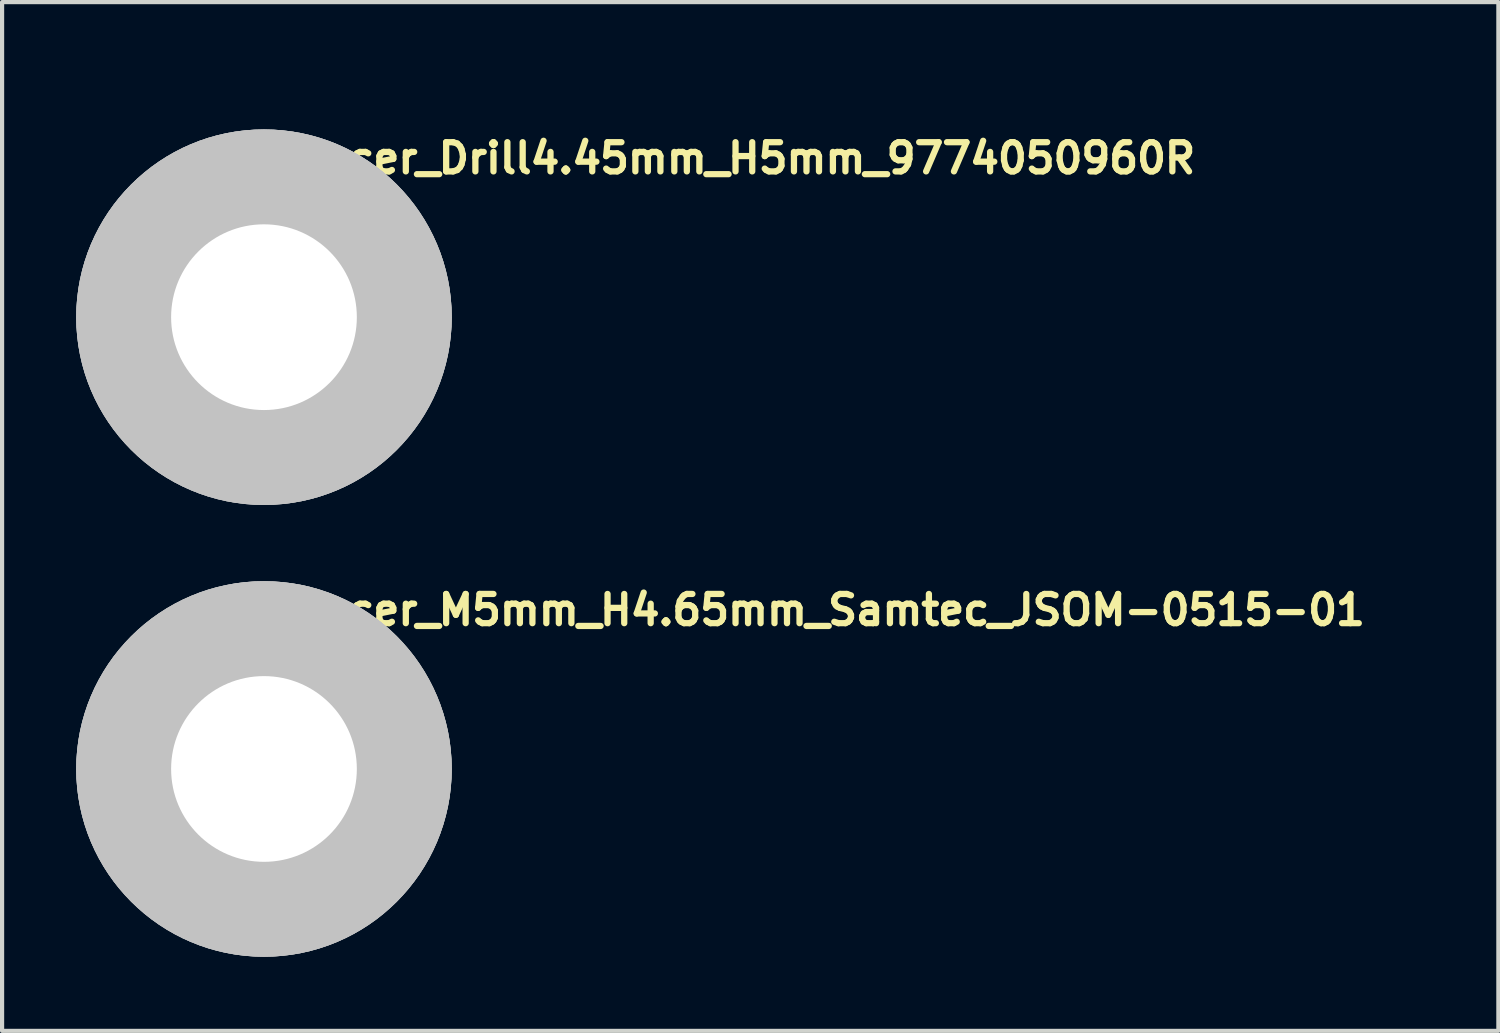
<source format=kicad_pcb>
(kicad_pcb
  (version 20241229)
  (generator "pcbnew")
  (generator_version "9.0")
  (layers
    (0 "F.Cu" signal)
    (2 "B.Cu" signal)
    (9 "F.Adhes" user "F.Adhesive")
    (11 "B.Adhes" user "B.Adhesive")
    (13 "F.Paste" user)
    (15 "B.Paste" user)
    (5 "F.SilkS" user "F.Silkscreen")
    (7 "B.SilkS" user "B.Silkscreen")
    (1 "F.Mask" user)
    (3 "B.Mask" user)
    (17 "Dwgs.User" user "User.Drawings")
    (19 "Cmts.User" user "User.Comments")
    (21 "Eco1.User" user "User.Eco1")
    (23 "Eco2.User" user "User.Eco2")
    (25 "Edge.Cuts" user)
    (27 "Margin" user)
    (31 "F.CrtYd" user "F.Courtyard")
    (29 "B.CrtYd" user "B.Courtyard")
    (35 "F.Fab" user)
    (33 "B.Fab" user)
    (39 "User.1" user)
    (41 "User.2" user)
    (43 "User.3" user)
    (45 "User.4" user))
  (footprint "Spacer_M5mm_H4.65mm_Samtec_JSOM-0515-01"
    (layer "F.Cu")
    (at 3.275 15.375)
    (property "Reference" "Spacer_M5mm_H4.65mm_Samtec_JSOM-0515-01" (at 0 -3.4 0) (layer "F.SilkS") (effects (font (size 0.7 0.7) (thickness 0.15)) (justify left bottom)))
    (attr through_hole)
    (fp_circle (center 0 0) (end 1.499 0) (stroke (width 3) (type solid)) (fill no) (layer "Dwgs.User"))
    (fp_circle (center 0 0) (end 1.499 0) (stroke (width 3) (type solid)) (fill no) (layer "Dwgs.User"))
    (fp_circle (center 0 0) (end 1.499 0) (stroke (width 3) (type solid)) (fill no) (layer "Dwgs.User"))
    (fp_circle (center 0 0) (end 2.99 0) (stroke (width 0.05) (type solid)) (fill no) (layer "F.CrtYd"))
    (fp_circle (center 0 0) (end 3.25 0) (stroke (width 0.05) (type solid)) (fill no) (layer "F.CrtYd"))
    (fp_circle (center 0 0) (end 2.564 0) (stroke (width 0.15) (type solid)) (fill no) (layer "F.Fab"))
    (fp_rect (start -2.589 -2.991) (end 2.588 2.988) (stroke (width 0.1) (type solid)) (fill no) (layer "User.5"))
    (fp_line (start -2.589 -1.496) (end -2.589 -0.745) (stroke (width 0.02) (type solid)) (layer "User.9"))
    (fp_line (start -2.589 -1.496) (end 0 -2.991) (stroke (width 0.02) (type solid)) (layer "User.9"))
    (fp_line (start -2.589 -0.745) (end -2.589 -0.695) (stroke (width 0.02) (type solid)) (layer "User.9"))
    (fp_line (start -2.589 -0.695) (end -2.589 -0.067) (stroke (width 0.02) (type solid)) (layer "User.9"))
    (fp_line (start -2.589 -0.067) (end -2.589 0) (stroke (width 0.02) (type solid)) (layer "User.9"))
    (fp_line (start -2.589 0) (end -2.589 0.637) (stroke (width 0.02) (type solid)) (layer "User.9"))
    (fp_line (start -2.589 0.637) (end -2.589 0.693) (stroke (width 0.02) (type solid)) (layer "User.9"))
    (fp_line (start -2.589 0.693) (end -2.589 1.491) (stroke (width 0.02) (type solid)) (layer "User.9"))
    (fp_line (start -2.589 1.491) (end -2.589 1.493) (stroke (width 0.02) (type solid)) (layer "User.9"))
    (fp_line (start -2.589 1.493) (end -2.589 -1.496) (stroke (width 0.02) (type solid)) (layer "User.9"))
    (fp_line (start -1.897 -1.897) (end -2.588 -1.496) (stroke (width 0.02) (type solid)) (layer "User.9"))
    (fp_line (start -1.849 1.921) (end -1.295 2.241) (stroke (width 0.02) (type solid)) (layer "User.9"))
    (fp_line (start -1.295 2.241) (end -1.238 2.273) (stroke (width 0.02) (type solid)) (layer "User.9"))
    (fp_line (start -0.01 2.983) (end -0.695 2.588) (stroke (width 0.02) (type solid)) (layer "User.9"))
    (fp_line (start 0 -2.991) (end 2.588 -1.496) (stroke (width 0.02) (type solid)) (layer "User.9"))
    (fp_line (start 0 2.988) (end -2.589 1.493) (stroke (width 0.02) (type solid)) (layer "User.9"))
    (fp_line (start 0.554 2.668) (end 0 2.988) (stroke (width 0.02) (type solid)) (layer "User.9"))
    (fp_line (start 1.237 2.273) (end 1.294 2.241) (stroke (width 0.02) (type solid)) (layer "User.9"))
    (fp_line (start 1.294 -2.243) (end 1.705 -2.005) (stroke (width 0.02) (type solid)) (layer "User.9"))
    (fp_line (start 1.705 2.003) (end 1.294 2.241) (stroke (width 0.02) (type solid)) (layer "User.9"))
    (fp_line (start 1.947 1.864) (end 1.937 1.868) (stroke (width 0.02) (type solid)) (layer "User.9"))
    (fp_line (start 2.588 -1.496) (end 2.027 -1.819) (stroke (width 0.02) (type solid)) (layer "User.9"))
    (fp_line (start 2.588 -1.496) (end 2.588 1.493) (stroke (width 0.02) (type solid)) (layer "User.9"))
    (fp_line (start 2.588 1.493) (end 0 2.988) (stroke (width 0.02) (type solid)) (layer "User.9"))
    (fp_circle (center 0.06 -0.14) (end 1.361 -0.159) (stroke (width 0.02) (type solid)) (fill no) (layer "User.9"))
    (pad "1" thru_hole circle (at 0 0) (size 6 6) (drill 4.45) (layers "*.Cu" "*.Mask")))
  (footprint "Spacer_Drill4.45mm_H5mm_9774050960R"
    (layer "F.Cu")
    (at 3.275 4.55)
    (property "Reference" "Spacer_Drill4.45mm_H5mm_9774050960R" (at 0 -3.4 0) (layer "F.SilkS") (effects (font (size 0.7 0.7) (thickness 0.15)) (justify left bottom)))
    (attr smd)
    (fp_circle (center 0 0) (end 1.499 0) (stroke (width 3) (type solid)) (fill no) (layer "Dwgs.User"))
    (fp_circle (center 0 0) (end 1.499 0) (stroke (width 3) (type solid)) (fill no) (layer "Dwgs.User"))
    (fp_circle (center 0 0) (end 1.499 0) (stroke (width 3) (type solid)) (fill no) (layer "Dwgs.User"))
    (fp_circle (center 0 0) (end 3.25 0) (stroke (width 0.05) (type solid)) (fill no) (layer "F.CrtYd"))
    (fp_circle (center 0 0) (end 2.564 0) (stroke (width 0.15) (type solid)) (fill no) (layer "F.Fab"))
    (fp_rect (start -2.589 -2.991) (end 2.588 2.988) (stroke (width 0.1) (type solid)) (fill no) (layer "User.5"))
    (fp_line (start -2.589 -1.496) (end -2.589 -0.745) (stroke (width 0.02) (type solid)) (layer "User.9"))
    (fp_line (start -2.589 -1.496) (end 0 -2.991) (stroke (width 0.02) (type solid)) (layer "User.9"))
    (fp_line (start -2.589 -0.745) (end -2.589 -0.695) (stroke (width 0.02) (type solid)) (layer "User.9"))
    (fp_line (start -2.589 -0.695) (end -2.589 -0.067) (stroke (width 0.02) (type solid)) (layer "User.9"))
    (fp_line (start -2.589 -0.067) (end -2.589 0) (stroke (width 0.02) (type solid)) (layer "User.9"))
    (fp_line (start -2.589 0) (end -2.589 0.637) (stroke (width 0.02) (type solid)) (layer "User.9"))
    (fp_line (start -2.589 0.637) (end -2.589 0.693) (stroke (width 0.02) (type solid)) (layer "User.9"))
    (fp_line (start -2.589 0.693) (end -2.589 1.491) (stroke (width 0.02) (type solid)) (layer "User.9"))
    (fp_line (start -2.589 1.491) (end -2.589 1.493) (stroke (width 0.02) (type solid)) (layer "User.9"))
    (fp_line (start -2.589 1.493) (end -2.589 -1.496) (stroke (width 0.02) (type solid)) (layer "User.9"))
    (fp_line (start -1.897 -1.897) (end -2.588 -1.496) (stroke (width 0.02) (type solid)) (layer "User.9"))
    (fp_line (start -1.849 1.921) (end -1.295 2.241) (stroke (width 0.02) (type solid)) (layer "User.9"))
    (fp_line (start -1.295 2.241) (end -1.238 2.273) (stroke (width 0.02) (type solid)) (layer "User.9"))
    (fp_line (start -0.01 2.983) (end -0.695 2.588) (stroke (width 0.02) (type solid)) (layer "User.9"))
    (fp_line (start 0 -2.991) (end 2.588 -1.496) (stroke (width 0.02) (type solid)) (layer "User.9"))
    (fp_line (start 0 2.988) (end -2.589 1.493) (stroke (width 0.02) (type solid)) (layer "User.9"))
    (fp_line (start 0.554 2.668) (end 0 2.988) (stroke (width 0.02) (type solid)) (layer "User.9"))
    (fp_line (start 1.237 2.273) (end 1.294 2.241) (stroke (width 0.02) (type solid)) (layer "User.9"))
    (fp_line (start 1.294 -2.243) (end 1.705 -2.005) (stroke (width 0.02) (type solid)) (layer "User.9"))
    (fp_line (start 1.705 2.003) (end 1.294 2.241) (stroke (width 0.02) (type solid)) (layer "User.9"))
    (fp_line (start 1.947 1.864) (end 1.937 1.868) (stroke (width 0.02) (type solid)) (layer "User.9"))
    (fp_line (start 2.588 -1.496) (end 2.027 -1.819) (stroke (width 0.02) (type solid)) (layer "User.9"))
    (fp_line (start 2.588 -1.496) (end 2.588 1.493) (stroke (width 0.02) (type solid)) (layer "User.9"))
    (fp_line (start 2.588 1.493) (end 0 2.988) (stroke (width 0.02) (type solid)) (layer "User.9"))
    (fp_circle (center 0.06 -0.14) (end 1.361 -0.159) (stroke (width 0.02) (type solid)) (fill no) (layer "User.9"))
    (pad "1" thru_hole circle (at 0 0) (size 6 6) (drill 4.45) (layers "*.Cu" "*.Mask" "F.Paste")))
  (gr_rect
    (start -3 -3)
    (end 32.852 21.65)
    (stroke (width 0.1) (type default))
    (fill no)
    (layer "Edge.Cuts")))
</source>
